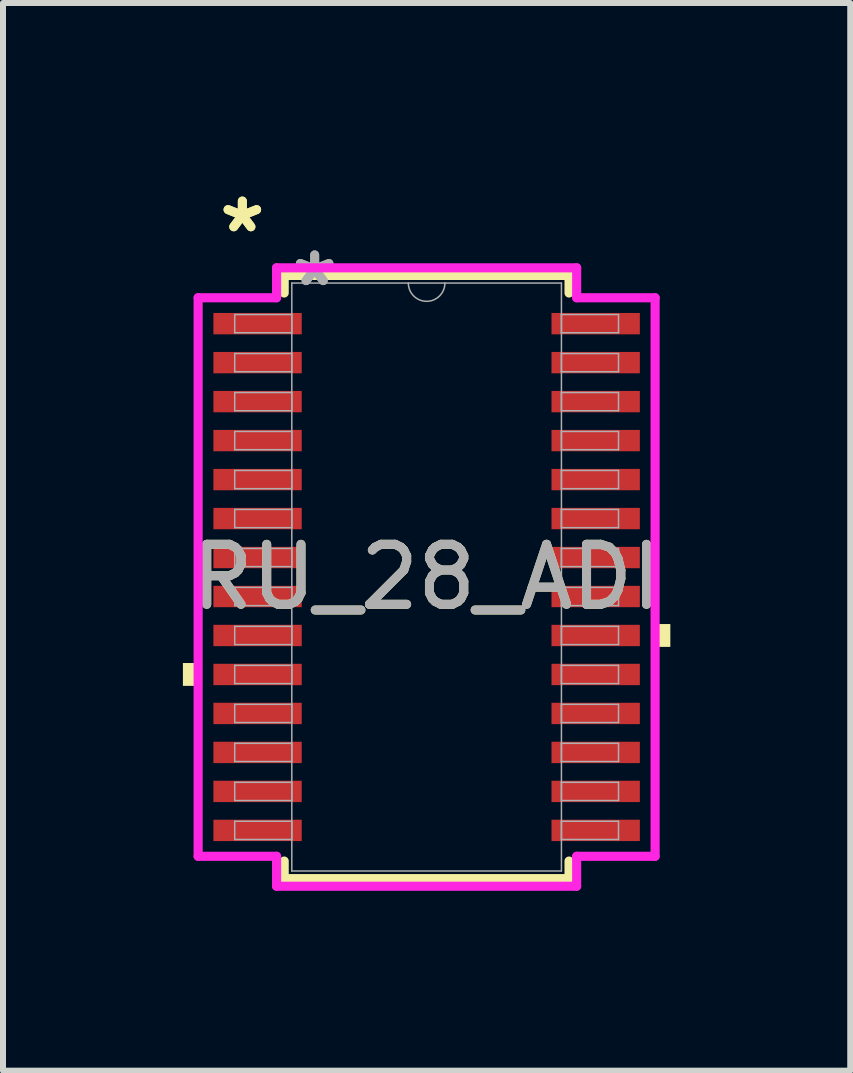
<source format=kicad_pcb>
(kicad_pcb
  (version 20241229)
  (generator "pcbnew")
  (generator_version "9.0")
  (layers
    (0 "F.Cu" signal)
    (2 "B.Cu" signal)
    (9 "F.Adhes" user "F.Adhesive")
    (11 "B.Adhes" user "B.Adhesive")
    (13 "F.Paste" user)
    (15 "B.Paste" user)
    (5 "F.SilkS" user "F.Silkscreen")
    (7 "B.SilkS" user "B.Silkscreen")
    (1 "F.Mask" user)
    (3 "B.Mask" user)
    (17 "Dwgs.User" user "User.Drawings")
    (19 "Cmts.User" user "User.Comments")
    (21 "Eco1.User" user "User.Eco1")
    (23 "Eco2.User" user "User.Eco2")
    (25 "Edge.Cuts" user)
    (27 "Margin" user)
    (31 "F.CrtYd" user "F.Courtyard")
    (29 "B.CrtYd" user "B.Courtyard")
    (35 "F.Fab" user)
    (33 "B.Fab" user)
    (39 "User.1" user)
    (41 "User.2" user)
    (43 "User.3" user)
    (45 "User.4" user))
  (footprint "RU_28_ADI"
    (layer "F.Cu")
    (at 4.064 6.572)
    (property "Reference" "RU_28_ADI" (at 0 0 0) (unlocked yes) (layer "F.SilkS") (effects (font (size 1 1) (thickness 0.15))))
    (attr smd)
    (fp_line (start -2.375 -5.029) (end -2.375 -4.736) (stroke (width 0.152) (type solid)) (layer "F.SilkS"))
    (fp_line (start -2.375 4.736) (end -2.375 5.029) (stroke (width 0.152) (type solid)) (layer "F.SilkS"))
    (fp_line (start -2.375 5.029) (end 2.375 5.029) (stroke (width 0.152) (type solid)) (layer "F.SilkS"))
    (fp_line (start 2.375 -5.029) (end -2.375 -5.029) (stroke (width 0.152) (type solid)) (layer "F.SilkS"))
    (fp_line (start 2.375 -4.736) (end 2.375 -5.029) (stroke (width 0.152) (type solid)) (layer "F.SilkS"))
    (fp_line (start 2.375 5.029) (end 2.375 4.736) (stroke (width 0.152) (type solid)) (layer "F.SilkS"))
    (fp_poly (pts (xy -4.064 1.434) (xy -4.064 1.815) (xy -3.81 1.815) (xy -3.81 1.434)) (stroke (width 0) (type solid)) (fill yes) (layer "F.SilkS"))
    (fp_poly (pts (xy 4.064 0.784) (xy 4.064 1.165) (xy 3.81 1.165) (xy 3.81 0.784)) (stroke (width 0) (type solid)) (fill yes) (layer "F.SilkS"))
    (fp_line (start -3.81 -4.657) (end -2.502 -4.657) (stroke (width 0.152) (type solid)) (layer "F.CrtYd"))
    (fp_line (start -3.81 4.657) (end -3.81 -4.657) (stroke (width 0.152) (type solid)) (layer "F.CrtYd"))
    (fp_line (start -3.81 4.657) (end -2.502 4.657) (stroke (width 0.152) (type solid)) (layer "F.CrtYd"))
    (fp_line (start -2.502 -5.156) (end 2.502 -5.156) (stroke (width 0.152) (type solid)) (layer "F.CrtYd"))
    (fp_line (start -2.502 -4.657) (end -2.502 -5.156) (stroke (width 0.152) (type solid)) (layer "F.CrtYd"))
    (fp_line (start -2.502 5.156) (end -2.502 4.657) (stroke (width 0.152) (type solid)) (layer "F.CrtYd"))
    (fp_line (start 2.502 -5.156) (end 2.502 -4.657) (stroke (width 0.152) (type solid)) (layer "F.CrtYd"))
    (fp_line (start 2.502 4.657) (end 2.502 5.156) (stroke (width 0.152) (type solid)) (layer "F.CrtYd"))
    (fp_line (start 2.502 5.156) (end -2.502 5.156) (stroke (width 0.152) (type solid)) (layer "F.CrtYd"))
    (fp_line (start 3.81 -4.657) (end 2.502 -4.657) (stroke (width 0.152) (type solid)) (layer "F.CrtYd"))
    (fp_line (start 3.81 -4.657) (end 3.81 4.657) (stroke (width 0.152) (type solid)) (layer "F.CrtYd"))
    (fp_line (start 3.81 4.657) (end 2.502 4.657) (stroke (width 0.152) (type solid)) (layer "F.CrtYd"))
    (fp_line (start -3.2 -4.377) (end -3.2 -4.073) (stroke (width 0.025) (type solid)) (layer "F.Fab"))
    (fp_line (start -3.2 -4.073) (end -2.248 -4.073) (stroke (width 0.025) (type solid)) (layer "F.Fab"))
    (fp_line (start -3.2 -3.727) (end -3.2 -3.423) (stroke (width 0.025) (type solid)) (layer "F.Fab"))
    (fp_line (start -3.2 -3.423) (end -2.248 -3.423) (stroke (width 0.025) (type solid)) (layer "F.Fab"))
    (fp_line (start -3.2 -3.077) (end -3.2 -2.773) (stroke (width 0.025) (type solid)) (layer "F.Fab"))
    (fp_line (start -3.2 -2.773) (end -2.248 -2.773) (stroke (width 0.025) (type solid)) (layer "F.Fab"))
    (fp_line (start -3.2 -2.427) (end -3.2 -2.123) (stroke (width 0.025) (type solid)) (layer "F.Fab"))
    (fp_line (start -3.2 -2.123) (end -2.248 -2.123) (stroke (width 0.025) (type solid)) (layer "F.Fab"))
    (fp_line (start -3.2 -1.777) (end -3.2 -1.473) (stroke (width 0.025) (type solid)) (layer "F.Fab"))
    (fp_line (start -3.2 -1.473) (end -2.248 -1.473) (stroke (width 0.025) (type solid)) (layer "F.Fab"))
    (fp_line (start -3.2 -1.127) (end -3.2 -0.823) (stroke (width 0.025) (type solid)) (layer "F.Fab"))
    (fp_line (start -3.2 -0.823) (end -2.248 -0.823) (stroke (width 0.025) (type solid)) (layer "F.Fab"))
    (fp_line (start -3.2 -0.477) (end -3.2 -0.173) (stroke (width 0.025) (type solid)) (layer "F.Fab"))
    (fp_line (start -3.2 -0.173) (end -2.248 -0.173) (stroke (width 0.025) (type solid)) (layer "F.Fab"))
    (fp_line (start -3.2 0.173) (end -3.2 0.477) (stroke (width 0.025) (type solid)) (layer "F.Fab"))
    (fp_line (start -3.2 0.477) (end -2.248 0.477) (stroke (width 0.025) (type solid)) (layer "F.Fab"))
    (fp_line (start -3.2 0.823) (end -3.2 1.127) (stroke (width 0.025) (type solid)) (layer "F.Fab"))
    (fp_line (start -3.2 1.127) (end -2.248 1.127) (stroke (width 0.025) (type solid)) (layer "F.Fab"))
    (fp_line (start -3.2 1.473) (end -3.2 1.777) (stroke (width 0.025) (type solid)) (layer "F.Fab"))
    (fp_line (start -3.2 1.777) (end -2.248 1.777) (stroke (width 0.025) (type solid)) (layer "F.Fab"))
    (fp_line (start -3.2 2.123) (end -3.2 2.427) (stroke (width 0.025) (type solid)) (layer "F.Fab"))
    (fp_line (start -3.2 2.427) (end -2.248 2.427) (stroke (width 0.025) (type solid)) (layer "F.Fab"))
    (fp_line (start -3.2 2.773) (end -3.2 3.077) (stroke (width 0.025) (type solid)) (layer "F.Fab"))
    (fp_line (start -3.2 3.077) (end -2.248 3.077) (stroke (width 0.025) (type solid)) (layer "F.Fab"))
    (fp_line (start -3.2 3.423) (end -3.2 3.727) (stroke (width 0.025) (type solid)) (layer "F.Fab"))
    (fp_line (start -3.2 3.727) (end -2.248 3.727) (stroke (width 0.025) (type solid)) (layer "F.Fab"))
    (fp_line (start -3.2 4.073) (end -3.2 4.377) (stroke (width 0.025) (type solid)) (layer "F.Fab"))
    (fp_line (start -3.2 4.377) (end -2.248 4.377) (stroke (width 0.025) (type solid)) (layer "F.Fab"))
    (fp_line (start -2.248 -4.902) (end -2.248 4.902) (stroke (width 0.025) (type solid)) (layer "F.Fab"))
    (fp_line (start -2.248 -4.377) (end -3.2 -4.377) (stroke (width 0.025) (type solid)) (layer "F.Fab"))
    (fp_line (start -2.248 -4.073) (end -2.248 -4.377) (stroke (width 0.025) (type solid)) (layer "F.Fab"))
    (fp_line (start -2.248 -3.727) (end -3.2 -3.727) (stroke (width 0.025) (type solid)) (layer "F.Fab"))
    (fp_line (start -2.248 -3.423) (end -2.248 -3.727) (stroke (width 0.025) (type solid)) (layer "F.Fab"))
    (fp_line (start -2.248 -3.077) (end -3.2 -3.077) (stroke (width 0.025) (type solid)) (layer "F.Fab"))
    (fp_line (start -2.248 -2.773) (end -2.248 -3.077) (stroke (width 0.025) (type solid)) (layer "F.Fab"))
    (fp_line (start -2.248 -2.427) (end -3.2 -2.427) (stroke (width 0.025) (type solid)) (layer "F.Fab"))
    (fp_line (start -2.248 -2.123) (end -2.248 -2.427) (stroke (width 0.025) (type solid)) (layer "F.Fab"))
    (fp_line (start -2.248 -1.777) (end -3.2 -1.777) (stroke (width 0.025) (type solid)) (layer "F.Fab"))
    (fp_line (start -2.248 -1.473) (end -2.248 -1.777) (stroke (width 0.025) (type solid)) (layer "F.Fab"))
    (fp_line (start -2.248 -1.127) (end -3.2 -1.127) (stroke (width 0.025) (type solid)) (layer "F.Fab"))
    (fp_line (start -2.248 -0.823) (end -2.248 -1.127) (stroke (width 0.025) (type solid)) (layer "F.Fab"))
    (fp_line (start -2.248 -0.477) (end -3.2 -0.477) (stroke (width 0.025) (type solid)) (layer "F.Fab"))
    (fp_line (start -2.248 -0.173) (end -2.248 -0.477) (stroke (width 0.025) (type solid)) (layer "F.Fab"))
    (fp_line (start -2.248 0.173) (end -3.2 0.173) (stroke (width 0.025) (type solid)) (layer "F.Fab"))
    (fp_line (start -2.248 0.477) (end -2.248 0.173) (stroke (width 0.025) (type solid)) (layer "F.Fab"))
    (fp_line (start -2.248 0.823) (end -3.2 0.823) (stroke (width 0.025) (type solid)) (layer "F.Fab"))
    (fp_line (start -2.248 1.127) (end -2.248 0.823) (stroke (width 0.025) (type solid)) (layer "F.Fab"))
    (fp_line (start -2.248 1.473) (end -3.2 1.473) (stroke (width 0.025) (type solid)) (layer "F.Fab"))
    (fp_line (start -2.248 1.777) (end -2.248 1.473) (stroke (width 0.025) (type solid)) (layer "F.Fab"))
    (fp_line (start -2.248 2.123) (end -3.2 2.123) (stroke (width 0.025) (type solid)) (layer "F.Fab"))
    (fp_line (start -2.248 2.427) (end -2.248 2.123) (stroke (width 0.025) (type solid)) (layer "F.Fab"))
    (fp_line (start -2.248 2.773) (end -3.2 2.773) (stroke (width 0.025) (type solid)) (layer "F.Fab"))
    (fp_line (start -2.248 3.077) (end -2.248 2.773) (stroke (width 0.025) (type solid)) (layer "F.Fab"))
    (fp_line (start -2.248 3.423) (end -3.2 3.423) (stroke (width 0.025) (type solid)) (layer "F.Fab"))
    (fp_line (start -2.248 3.727) (end -2.248 3.423) (stroke (width 0.025) (type solid)) (layer "F.Fab"))
    (fp_line (start -2.248 4.073) (end -3.2 4.073) (stroke (width 0.025) (type solid)) (layer "F.Fab"))
    (fp_line (start -2.248 4.377) (end -2.248 4.073) (stroke (width 0.025) (type solid)) (layer "F.Fab"))
    (fp_line (start -2.248 4.902) (end 2.248 4.902) (stroke (width 0.025) (type solid)) (layer "F.Fab"))
    (fp_line (start 2.248 -4.902) (end -2.248 -4.902) (stroke (width 0.025) (type solid)) (layer "F.Fab"))
    (fp_line (start 2.248 -4.377) (end 2.248 -4.073) (stroke (width 0.025) (type solid)) (layer "F.Fab"))
    (fp_line (start 2.248 -4.073) (end 3.2 -4.073) (stroke (width 0.025) (type solid)) (layer "F.Fab"))
    (fp_line (start 2.248 -3.727) (end 2.248 -3.423) (stroke (width 0.025) (type solid)) (layer "F.Fab"))
    (fp_line (start 2.248 -3.423) (end 3.2 -3.423) (stroke (width 0.025) (type solid)) (layer "F.Fab"))
    (fp_line (start 2.248 -3.077) (end 2.248 -2.773) (stroke (width 0.025) (type solid)) (layer "F.Fab"))
    (fp_line (start 2.248 -2.773) (end 3.2 -2.773) (stroke (width 0.025) (type solid)) (layer "F.Fab"))
    (fp_line (start 2.248 -2.427) (end 2.248 -2.123) (stroke (width 0.025) (type solid)) (layer "F.Fab"))
    (fp_line (start 2.248 -2.123) (end 3.2 -2.123) (stroke (width 0.025) (type solid)) (layer "F.Fab"))
    (fp_line (start 2.248 -1.777) (end 2.248 -1.473) (stroke (width 0.025) (type solid)) (layer "F.Fab"))
    (fp_line (start 2.248 -1.473) (end 3.2 -1.473) (stroke (width 0.025) (type solid)) (layer "F.Fab"))
    (fp_line (start 2.248 -1.127) (end 2.248 -0.823) (stroke (width 0.025) (type solid)) (layer "F.Fab"))
    (fp_line (start 2.248 -0.823) (end 3.2 -0.823) (stroke (width 0.025) (type solid)) (layer "F.Fab"))
    (fp_line (start 2.248 -0.477) (end 2.248 -0.173) (stroke (width 0.025) (type solid)) (layer "F.Fab"))
    (fp_line (start 2.248 -0.173) (end 3.2 -0.173) (stroke (width 0.025) (type solid)) (layer "F.Fab"))
    (fp_line (start 2.248 0.173) (end 2.248 0.477) (stroke (width 0.025) (type solid)) (layer "F.Fab"))
    (fp_line (start 2.248 0.477) (end 3.2 0.477) (stroke (width 0.025) (type solid)) (layer "F.Fab"))
    (fp_line (start 2.248 0.823) (end 2.248 1.127) (stroke (width 0.025) (type solid)) (layer "F.Fab"))
    (fp_line (start 2.248 1.127) (end 3.2 1.127) (stroke (width 0.025) (type solid)) (layer "F.Fab"))
    (fp_line (start 2.248 1.473) (end 2.248 1.777) (stroke (width 0.025) (type solid)) (layer "F.Fab"))
    (fp_line (start 2.248 1.777) (end 3.2 1.777) (stroke (width 0.025) (type solid)) (layer "F.Fab"))
    (fp_line (start 2.248 2.123) (end 2.248 2.427) (stroke (width 0.025) (type solid)) (layer "F.Fab"))
    (fp_line (start 2.248 2.427) (end 3.2 2.427) (stroke (width 0.025) (type solid)) (layer "F.Fab"))
    (fp_line (start 2.248 2.773) (end 2.248 3.077) (stroke (width 0.025) (type solid)) (layer "F.Fab"))
    (fp_line (start 2.248 3.077) (end 3.2 3.077) (stroke (width 0.025) (type solid)) (layer "F.Fab"))
    (fp_line (start 2.248 3.423) (end 2.248 3.727) (stroke (width 0.025) (type solid)) (layer "F.Fab"))
    (fp_line (start 2.248 3.727) (end 3.2 3.727) (stroke (width 0.025) (type solid)) (layer "F.Fab"))
    (fp_line (start 2.248 4.073) (end 2.248 4.377) (stroke (width 0.025) (type solid)) (layer "F.Fab"))
    (fp_line (start 2.248 4.377) (end 3.2 4.377) (stroke (width 0.025) (type solid)) (layer "F.Fab"))
    (fp_line (start 2.248 4.902) (end 2.248 -4.902) (stroke (width 0.025) (type solid)) (layer "F.Fab"))
    (fp_line (start 3.2 -4.377) (end 2.248 -4.377) (stroke (width 0.025) (type solid)) (layer "F.Fab"))
    (fp_line (start 3.2 -4.073) (end 3.2 -4.377) (stroke (width 0.025) (type solid)) (layer "F.Fab"))
    (fp_line (start 3.2 -3.727) (end 2.248 -3.727) (stroke (width 0.025) (type solid)) (layer "F.Fab"))
    (fp_line (start 3.2 -3.423) (end 3.2 -3.727) (stroke (width 0.025) (type solid)) (layer "F.Fab"))
    (fp_line (start 3.2 -3.077) (end 2.248 -3.077) (stroke (width 0.025) (type solid)) (layer "F.Fab"))
    (fp_line (start 3.2 -2.773) (end 3.2 -3.077) (stroke (width 0.025) (type solid)) (layer "F.Fab"))
    (fp_line (start 3.2 -2.427) (end 2.248 -2.427) (stroke (width 0.025) (type solid)) (layer "F.Fab"))
    (fp_line (start 3.2 -2.123) (end 3.2 -2.427) (stroke (width 0.025) (type solid)) (layer "F.Fab"))
    (fp_line (start 3.2 -1.777) (end 2.248 -1.777) (stroke (width 0.025) (type solid)) (layer "F.Fab"))
    (fp_line (start 3.2 -1.473) (end 3.2 -1.777) (stroke (width 0.025) (type solid)) (layer "F.Fab"))
    (fp_line (start 3.2 -1.127) (end 2.248 -1.127) (stroke (width 0.025) (type solid)) (layer "F.Fab"))
    (fp_line (start 3.2 -0.823) (end 3.2 -1.127) (stroke (width 0.025) (type solid)) (layer "F.Fab"))
    (fp_line (start 3.2 -0.477) (end 2.248 -0.477) (stroke (width 0.025) (type solid)) (layer "F.Fab"))
    (fp_line (start 3.2 -0.173) (end 3.2 -0.477) (stroke (width 0.025) (type solid)) (layer "F.Fab"))
    (fp_line (start 3.2 0.173) (end 2.248 0.173) (stroke (width 0.025) (type solid)) (layer "F.Fab"))
    (fp_line (start 3.2 0.477) (end 3.2 0.173) (stroke (width 0.025) (type solid)) (layer "F.Fab"))
    (fp_line (start 3.2 0.823) (end 2.248 0.823) (stroke (width 0.025) (type solid)) (layer "F.Fab"))
    (fp_line (start 3.2 1.127) (end 3.2 0.823) (stroke (width 0.025) (type solid)) (layer "F.Fab"))
    (fp_line (start 3.2 1.473) (end 2.248 1.473) (stroke (width 0.025) (type solid)) (layer "F.Fab"))
    (fp_line (start 3.2 1.777) (end 3.2 1.473) (stroke (width 0.025) (type solid)) (layer "F.Fab"))
    (fp_line (start 3.2 2.123) (end 2.248 2.123) (stroke (width 0.025) (type solid)) (layer "F.Fab"))
    (fp_line (start 3.2 2.427) (end 3.2 2.123) (stroke (width 0.025) (type solid)) (layer "F.Fab"))
    (fp_line (start 3.2 2.773) (end 2.248 2.773) (stroke (width 0.025) (type solid)) (layer "F.Fab"))
    (fp_line (start 3.2 3.077) (end 3.2 2.773) (stroke (width 0.025) (type solid)) (layer "F.Fab"))
    (fp_line (start 3.2 3.423) (end 2.248 3.423) (stroke (width 0.025) (type solid)) (layer "F.Fab"))
    (fp_line (start 3.2 3.727) (end 3.2 3.423) (stroke (width 0.025) (type solid)) (layer "F.Fab"))
    (fp_line (start 3.2 4.073) (end 2.248 4.073) (stroke (width 0.025) (type solid)) (layer "F.Fab"))
    (fp_line (start 3.2 4.377) (end 3.2 4.073) (stroke (width 0.025) (type solid)) (layer "F.Fab"))
    (fp_arc (start 0.3048 -4.9022) (mid 0 -4.5974) (end -0.3048 -4.9022) (stroke (width 0.0254) (type solid)) (layer "F.Fab"))
    (fp_text user "*" (at -3.073 -5.724 0) (layer "F.SilkS") (effects (font (size 1 1) (thickness 0.15))))
    (fp_text user "*" (at -3.073 -5.724 0) (unlocked yes) (layer "F.SilkS") (effects (font (size 1 1) (thickness 0.15))))
    (fp_text user "*" (at -1.867 -4.826 0) (unlocked yes) (layer "F.Fab") (effects (font (size 1 1) (thickness 0.15))))
    (fp_text user "*" (at -1.867 -4.826 0) (layer "F.Fab") (effects (font (size 1 1) (thickness 0.15))))
    (fp_text user "${REFERENCE}" (at 0 0 0) (unlocked yes) (layer "F.Fab") (effects (font (size 1 1) (thickness 0.15))))
    (pad "1" smd rect (at -2.819 -4.225) (size 1.473 0.356) (layers "F.Cu" "F.Mask" "F.Paste"))
    (pad "2" smd rect (at -2.819 -3.575) (size 1.473 0.356) (layers "F.Cu" "F.Mask" "F.Paste"))
    (pad "3" smd rect (at -2.819 -2.925) (size 1.473 0.356) (layers "F.Cu" "F.Mask" "F.Paste"))
    (pad "4" smd rect (at -2.819 -2.275) (size 1.473 0.356) (layers "F.Cu" "F.Mask" "F.Paste"))
    (pad "5" smd rect (at -2.819 -1.625) (size 1.473 0.356) (layers "F.Cu" "F.Mask" "F.Paste"))
    (pad "6" smd rect (at -2.819 -0.975) (size 1.473 0.356) (layers "F.Cu" "F.Mask" "F.Paste"))
    (pad "7" smd rect (at -2.819 -0.325) (size 1.473 0.356) (layers "F.Cu" "F.Mask" "F.Paste"))
    (pad "8" smd rect (at -2.819 0.325) (size 1.473 0.356) (layers "F.Cu" "F.Mask" "F.Paste"))
    (pad "9" smd rect (at -2.819 0.975) (size 1.473 0.356) (layers "F.Cu" "F.Mask" "F.Paste"))
    (pad "10" smd rect (at -2.819 1.625) (size 1.473 0.356) (layers "F.Cu" "F.Mask" "F.Paste"))
    (pad "11" smd rect (at -2.819 2.275) (size 1.473 0.356) (layers "F.Cu" "F.Mask" "F.Paste"))
    (pad "12" smd rect (at -2.819 2.925) (size 1.473 0.356) (layers "F.Cu" "F.Mask" "F.Paste"))
    (pad "13" smd rect (at -2.819 3.575) (size 1.473 0.356) (layers "F.Cu" "F.Mask" "F.Paste"))
    (pad "14" smd rect (at -2.819 4.225) (size 1.473 0.356) (layers "F.Cu" "F.Mask" "F.Paste"))
    (pad "15" smd rect (at 2.819 4.225) (size 1.473 0.356) (layers "F.Cu" "F.Mask" "F.Paste"))
    (pad "16" smd rect (at 2.819 3.575) (size 1.473 0.356) (layers "F.Cu" "F.Mask" "F.Paste"))
    (pad "17" smd rect (at 2.819 2.925) (size 1.473 0.356) (layers "F.Cu" "F.Mask" "F.Paste"))
    (pad "18" smd rect (at 2.819 2.275) (size 1.473 0.356) (layers "F.Cu" "F.Mask" "F.Paste"))
    (pad "19" smd rect (at 2.819 1.625) (size 1.473 0.356) (layers "F.Cu" "F.Mask" "F.Paste"))
    (pad "20" smd rect (at 2.819 0.975) (size 1.473 0.356) (layers "F.Cu" "F.Mask" "F.Paste"))
    (pad "21" smd rect (at 2.819 0.325) (size 1.473 0.356) (layers "F.Cu" "F.Mask" "F.Paste"))
    (pad "22" smd rect (at 2.819 -0.325) (size 1.473 0.356) (layers "F.Cu" "F.Mask" "F.Paste"))
    (pad "23" smd rect (at 2.819 -0.975) (size 1.473 0.356) (layers "F.Cu" "F.Mask" "F.Paste"))
    (pad "24" smd rect (at 2.819 -1.625) (size 1.473 0.356) (layers "F.Cu" "F.Mask" "F.Paste"))
    (pad "25" smd rect (at 2.819 -2.275) (size 1.473 0.356) (layers "F.Cu" "F.Mask" "F.Paste"))
    (pad "26" smd rect (at 2.819 -2.925) (size 1.473 0.356) (layers "F.Cu" "F.Mask" "F.Paste"))
    (pad "27" smd rect (at 2.819 -3.575) (size 1.473 0.356) (layers "F.Cu" "F.Mask" "F.Paste"))
    (pad "28" smd rect (at 2.819 -4.225) (size 1.473 0.356) (layers "F.Cu" "F.Mask" "F.Paste")))
  (gr_rect
    (start -3 -3)
    (end 11.128 14.804)
    (stroke (width 0.1) (type default))
    (fill no)
    (layer "Edge.Cuts")))
</source>
